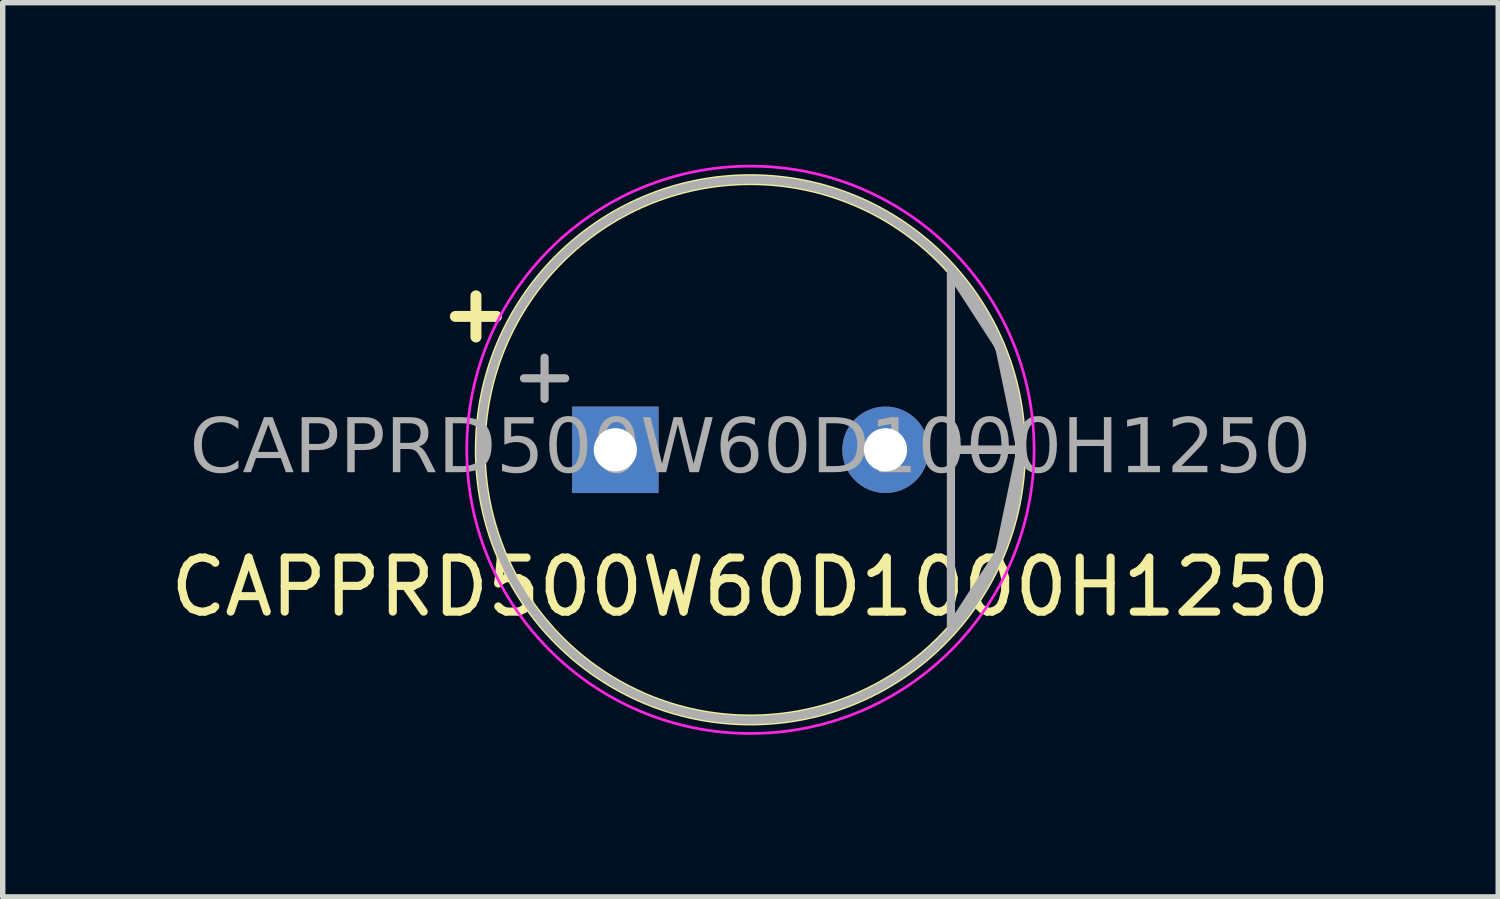
<source format=kicad_pcb>
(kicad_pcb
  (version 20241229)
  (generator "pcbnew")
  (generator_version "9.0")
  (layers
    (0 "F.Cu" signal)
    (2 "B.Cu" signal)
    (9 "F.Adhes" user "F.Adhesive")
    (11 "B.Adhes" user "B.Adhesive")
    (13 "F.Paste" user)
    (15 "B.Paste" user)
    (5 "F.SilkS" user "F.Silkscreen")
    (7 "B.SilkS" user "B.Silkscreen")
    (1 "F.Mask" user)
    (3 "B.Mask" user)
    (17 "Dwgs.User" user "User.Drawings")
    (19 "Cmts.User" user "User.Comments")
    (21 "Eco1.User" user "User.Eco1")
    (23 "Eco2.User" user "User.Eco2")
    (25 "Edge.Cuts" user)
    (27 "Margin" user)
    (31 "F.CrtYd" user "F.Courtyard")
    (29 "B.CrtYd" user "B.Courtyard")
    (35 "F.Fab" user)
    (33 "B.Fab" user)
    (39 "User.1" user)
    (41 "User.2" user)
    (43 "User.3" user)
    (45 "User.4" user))
  (footprint "CAPPRD500W60D1000H1250"
    (layer "F.Cu")
    (at 10.839 5.275)
    (property "Reference" "CAPPRD500W60D1000H1250" (at 0 2.54 0) (layer "F.SilkS") (effects (font (size 1 1) (thickness 0.15))))
    (attr through_hole)
    (fp_circle (center 0 0) (end 5 0) (stroke (width 0.203) (type default)) (fill no) (layer "F.SilkS"))
    (fp_circle (center 0 0) (end 5.25 0) (stroke (width 0.05) (type default)) (fill no) (layer "F.CrtYd"))
    (fp_circle (center 0 0) (end 5 0) (stroke (width 0.152) (type solid)) (fill no) (layer "F.Fab"))
    (fp_poly (pts (xy 3.711 0) (xy 3.711 -3.282) (xy 4.604 -1.905) (xy 5 0)) (stroke (width 0.152) (type solid)) (fill no) (layer "F.Fab"))
    (fp_poly (pts (xy 3.711 0) (xy 3.711 3.282) (xy 4.604 1.905) (xy 5 0)) (stroke (width 0.152) (type solid)) (fill no) (layer "F.Fab"))
    (fp_text user "+" (at -5.08 -2.54 0) (unlocked yes) (layer "F.SilkS") (effects (font (size 1 1) (thickness 0.203) (bold yes))))
    (fp_text user "+" (at -3.81 -1.397 0) (unlocked yes) (layer "F.Fab") (effects (font (size 1 1) (thickness 0.152))))
    (fp_text user "${REFERENCE}" (at 0 0 0) (layer "F.Fab") (effects (font (face "Tahoma") (size 1 1) (thickness 0.15))))
    (pad "1" thru_hole rect (at -2.5 0) (size 1.6 1.6) (drill 0.8) (layers "*.Cu" "*.Mask"))
    (pad "2" thru_hole circle (at 2.5 0) (size 1.6 1.6) (drill 0.8) (layers "*.Cu" "*.Mask")))
  (gr_rect
    (start -3 -3)
    (end 24.679 13.55)
    (stroke (width 0.1) (type default))
    (fill no)
    (layer "Edge.Cuts")))
</source>
